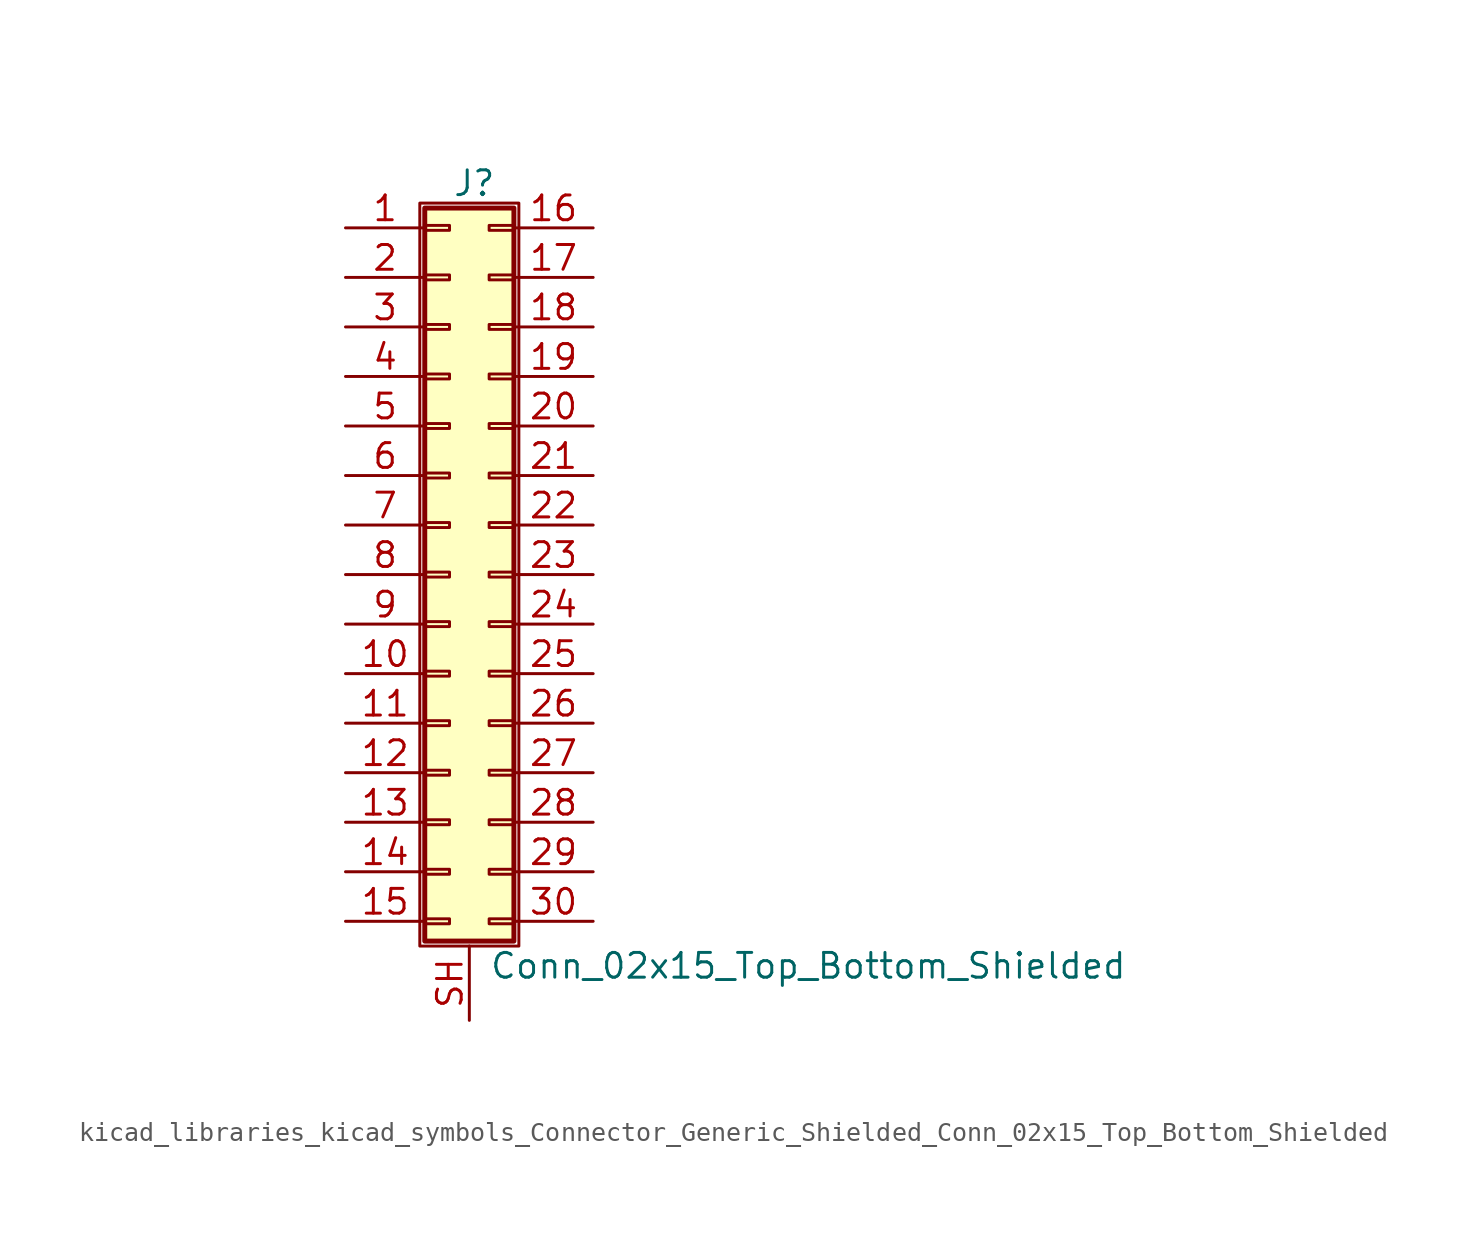
<source format=kicad_sym>
(kicad_symbol_lib
  (version 20220914)
  (generator kicad_symbol_editor)
  (symbol "kicad_libraries_kicad_symbols_Connector_Generic_Shielded_Conn_02x15_Top_Bottom_Shielded"
    (pin_names
      (offset 1.016) hide)
    (property "Reference" "J"
      (at 1.524 20.066 0)
      (effects (font (size 1.27 1.27))))
    (property "Value" "Conn_02x15_Top_Bottom_Shielded"
      (at 2.286 -20.066 0)
      (effects (font (size 1.27 1.27)) (justify left)))
    (symbol "kicad_libraries_kicad_symbols_Connector_Generic_Shielded_Conn_02x15_Top_Bottom_Shielded_1_1"
      (rectangle (start -1.27 19.05) (end 3.81 -19.05) (stroke (width 0.152) (type default)) (fill (type none)))
      (rectangle (start -1.016 -17.653) (end 0.254 -17.907) (stroke (width 0.152) (type default)) (fill (type none)))
      (rectangle (start -1.016 -15.113) (end 0.254 -15.367) (stroke (width 0.152) (type default)) (fill (type none)))
      (rectangle (start -1.016 -12.573) (end 0.254 -12.827) (stroke (width 0.152) (type default)) (fill (type none)))
      (rectangle (start -1.016 -10.033) (end 0.254 -10.287) (stroke (width 0.152) (type default)) (fill (type none)))
      (rectangle (start -1.016 -7.493) (end 0.254 -7.747) (stroke (width 0.152) (type default)) (fill (type none)))
      (rectangle (start -1.016 -4.953) (end 0.254 -5.207) (stroke (width 0.152) (type default)) (fill (type none)))
      (rectangle (start -1.016 -2.413) (end 0.254 -2.667) (stroke (width 0.152) (type default)) (fill (type none)))
      (rectangle (start -1.016 0.127) (end 0.254 -0.127) (stroke (width 0.152) (type default)) (fill (type none)))
      (rectangle (start -1.016 2.667) (end 0.254 2.413) (stroke (width 0.152) (type default)) (fill (type none)))
      (rectangle (start -1.016 5.207) (end 0.254 4.953) (stroke (width 0.152) (type default)) (fill (type none)))
      (rectangle (start -1.016 7.747) (end 0.254 7.493) (stroke (width 0.152) (type default)) (fill (type none)))
      (rectangle (start -1.016 10.287) (end 0.254 10.033) (stroke (width 0.152) (type default)) (fill (type none)))
      (rectangle (start -1.016 12.827) (end 0.254 12.573) (stroke (width 0.152) (type default)) (fill (type none)))
      (rectangle (start -1.016 15.367) (end 0.254 15.113) (stroke (width 0.152) (type default)) (fill (type none)))
      (rectangle (start -1.016 17.907) (end 0.254 17.653) (stroke (width 0.152) (type default)) (fill (type none)))
      (rectangle (start -1.016 18.796) (end 3.556 -18.796) (stroke (width 0.254) (type default)) (fill (type background)))
      (rectangle (start 3.556 -17.653) (end 2.286 -17.907) (stroke (width 0.152) (type default)) (fill (type none)))
      (rectangle (start 3.556 -15.113) (end 2.286 -15.367) (stroke (width 0.152) (type default)) (fill (type none)))
      (rectangle (start 3.556 -12.573) (end 2.286 -12.827) (stroke (width 0.152) (type default)) (fill (type none)))
      (rectangle (start 3.556 -10.033) (end 2.286 -10.287) (stroke (width 0.152) (type default)) (fill (type none)))
      (rectangle (start 3.556 -7.493) (end 2.286 -7.747) (stroke (width 0.152) (type default)) (fill (type none)))
      (rectangle (start 3.556 -4.953) (end 2.286 -5.207) (stroke (width 0.152) (type default)) (fill (type none)))
      (rectangle (start 3.556 -2.413) (end 2.286 -2.667) (stroke (width 0.152) (type default)) (fill (type none)))
      (rectangle (start 3.556 0.127) (end 2.286 -0.127) (stroke (width 0.152) (type default)) (fill (type none)))
      (rectangle (start 3.556 2.667) (end 2.286 2.413) (stroke (width 0.152) (type default)) (fill (type none)))
      (rectangle (start 3.556 5.207) (end 2.286 4.953) (stroke (width 0.152) (type default)) (fill (type none)))
      (rectangle (start 3.556 7.747) (end 2.286 7.493) (stroke (width 0.152) (type default)) (fill (type none)))
      (rectangle (start 3.556 10.287) (end 2.286 10.033) (stroke (width 0.152) (type default)) (fill (type none)))
      (rectangle (start 3.556 12.827) (end 2.286 12.573) (stroke (width 0.152) (type default)) (fill (type none)))
      (rectangle (start 3.556 15.367) (end 2.286 15.113) (stroke (width 0.152) (type default)) (fill (type none)))
      (rectangle (start 3.556 17.907) (end 2.286 17.653) (stroke (width 0.152) (type default)) (fill (type none)))
      (pin passive line (at -5.08 17.78 0) (length 4.064) (name "Pin_1" (effects (font (size 1.27 1.27)))) (number "1" (effects (font (size 1.27 1.27)))))
      (pin passive line (at -5.08 -5.08 0) (length 4.064) (name "Pin_10" (effects (font (size 1.27 1.27)))) (number "10" (effects (font (size 1.27 1.27)))))
      (pin passive line (at -5.08 -7.62 0) (length 4.064) (name "Pin_11" (effects (font (size 1.27 1.27)))) (number "11" (effects (font (size 1.27 1.27)))))
      (pin passive line (at -5.08 -10.16 0) (length 4.064) (name "Pin_12" (effects (font (size 1.27 1.27)))) (number "12" (effects (font (size 1.27 1.27)))))
      (pin passive line (at -5.08 -12.7 0) (length 4.064) (name "Pin_13" (effects (font (size 1.27 1.27)))) (number "13" (effects (font (size 1.27 1.27)))))
      (pin passive line (at -5.08 -15.24 0) (length 4.064) (name "Pin_14" (effects (font (size 1.27 1.27)))) (number "14" (effects (font (size 1.27 1.27)))))
      (pin passive line (at -5.08 -17.78 0) (length 4.064) (name "Pin_15" (effects (font (size 1.27 1.27)))) (number "15" (effects (font (size 1.27 1.27)))))
      (pin passive line (at 7.62 17.78 180) (length 4.064) (name "Pin_16" (effects (font (size 1.27 1.27)))) (number "16" (effects (font (size 1.27 1.27)))))
      (pin passive line (at 7.62 15.24 180) (length 4.064) (name "Pin_17" (effects (font (size 1.27 1.27)))) (number "17" (effects (font (size 1.27 1.27)))))
      (pin passive line (at 7.62 12.7 180) (length 4.064) (name "Pin_18" (effects (font (size 1.27 1.27)))) (number "18" (effects (font (size 1.27 1.27)))))
      (pin passive line (at 7.62 10.16 180) (length 4.064) (name "Pin_19" (effects (font (size 1.27 1.27)))) (number "19" (effects (font (size 1.27 1.27)))))
      (pin passive line (at -5.08 15.24 0) (length 4.064) (name "Pin_2" (effects (font (size 1.27 1.27)))) (number "2" (effects (font (size 1.27 1.27)))))
      (pin passive line (at 7.62 7.62 180) (length 4.064) (name "Pin_20" (effects (font (size 1.27 1.27)))) (number "20" (effects (font (size 1.27 1.27)))))
      (pin passive line (at 7.62 5.08 180) (length 4.064) (name "Pin_21" (effects (font (size 1.27 1.27)))) (number "21" (effects (font (size 1.27 1.27)))))
      (pin passive line (at 7.62 2.54 180) (length 4.064) (name "Pin_22" (effects (font (size 1.27 1.27)))) (number "22" (effects (font (size 1.27 1.27)))))
      (pin passive line (at 7.62 0 180) (length 4.064) (name "Pin_23" (effects (font (size 1.27 1.27)))) (number "23" (effects (font (size 1.27 1.27)))))
      (pin passive line (at 7.62 -2.54 180) (length 4.064) (name "Pin_24" (effects (font (size 1.27 1.27)))) (number "24" (effects (font (size 1.27 1.27)))))
      (pin passive line (at 7.62 -5.08 180) (length 4.064) (name "Pin_25" (effects (font (size 1.27 1.27)))) (number "25" (effects (font (size 1.27 1.27)))))
      (pin passive line (at 7.62 -7.62 180) (length 4.064) (name "Pin_26" (effects (font (size 1.27 1.27)))) (number "26" (effects (font (size 1.27 1.27)))))
      (pin passive line (at 7.62 -10.16 180) (length 4.064) (name "Pin_27" (effects (font (size 1.27 1.27)))) (number "27" (effects (font (size 1.27 1.27)))))
      (pin passive line (at 7.62 -12.7 180) (length 4.064) (name "Pin_28" (effects (font (size 1.27 1.27)))) (number "28" (effects (font (size 1.27 1.27)))))
      (pin passive line (at 7.62 -15.24 180) (length 4.064) (name "Pin_29" (effects (font (size 1.27 1.27)))) (number "29" (effects (font (size 1.27 1.27)))))
      (pin passive line (at -5.08 12.7 0) (length 4.064) (name "Pin_3" (effects (font (size 1.27 1.27)))) (number "3" (effects (font (size 1.27 1.27)))))
      (pin passive line (at 7.62 -17.78 180) (length 4.064) (name "Pin_30" (effects (font (size 1.27 1.27)))) (number "30" (effects (font (size 1.27 1.27)))))
      (pin passive line (at -5.08 10.16 0) (length 4.064) (name "Pin_4" (effects (font (size 1.27 1.27)))) (number "4" (effects (font (size 1.27 1.27)))))
      (pin passive line (at -5.08 7.62 0) (length 4.064) (name "Pin_5" (effects (font (size 1.27 1.27)))) (number "5" (effects (font (size 1.27 1.27)))))
      (pin passive line (at -5.08 5.08 0) (length 4.064) (name "Pin_6" (effects (font (size 1.27 1.27)))) (number "6" (effects (font (size 1.27 1.27)))))
      (pin passive line (at -5.08 2.54 0) (length 4.064) (name "Pin_7" (effects (font (size 1.27 1.27)))) (number "7" (effects (font (size 1.27 1.27)))))
      (pin passive line (at -5.08 0 0) (length 4.064) (name "Pin_8" (effects (font (size 1.27 1.27)))) (number "8" (effects (font (size 1.27 1.27)))))
      (pin passive line (at -5.08 -2.54 0) (length 4.064) (name "Pin_9" (effects (font (size 1.27 1.27)))) (number "9" (effects (font (size 1.27 1.27)))))
      (pin passive line (at 1.27 -22.86 90) (length 3.81) (name "Shield" (effects (font (size 1.27 1.27)))) (number "SH" (effects (font (size 1.27 1.27))))))))
</source>
